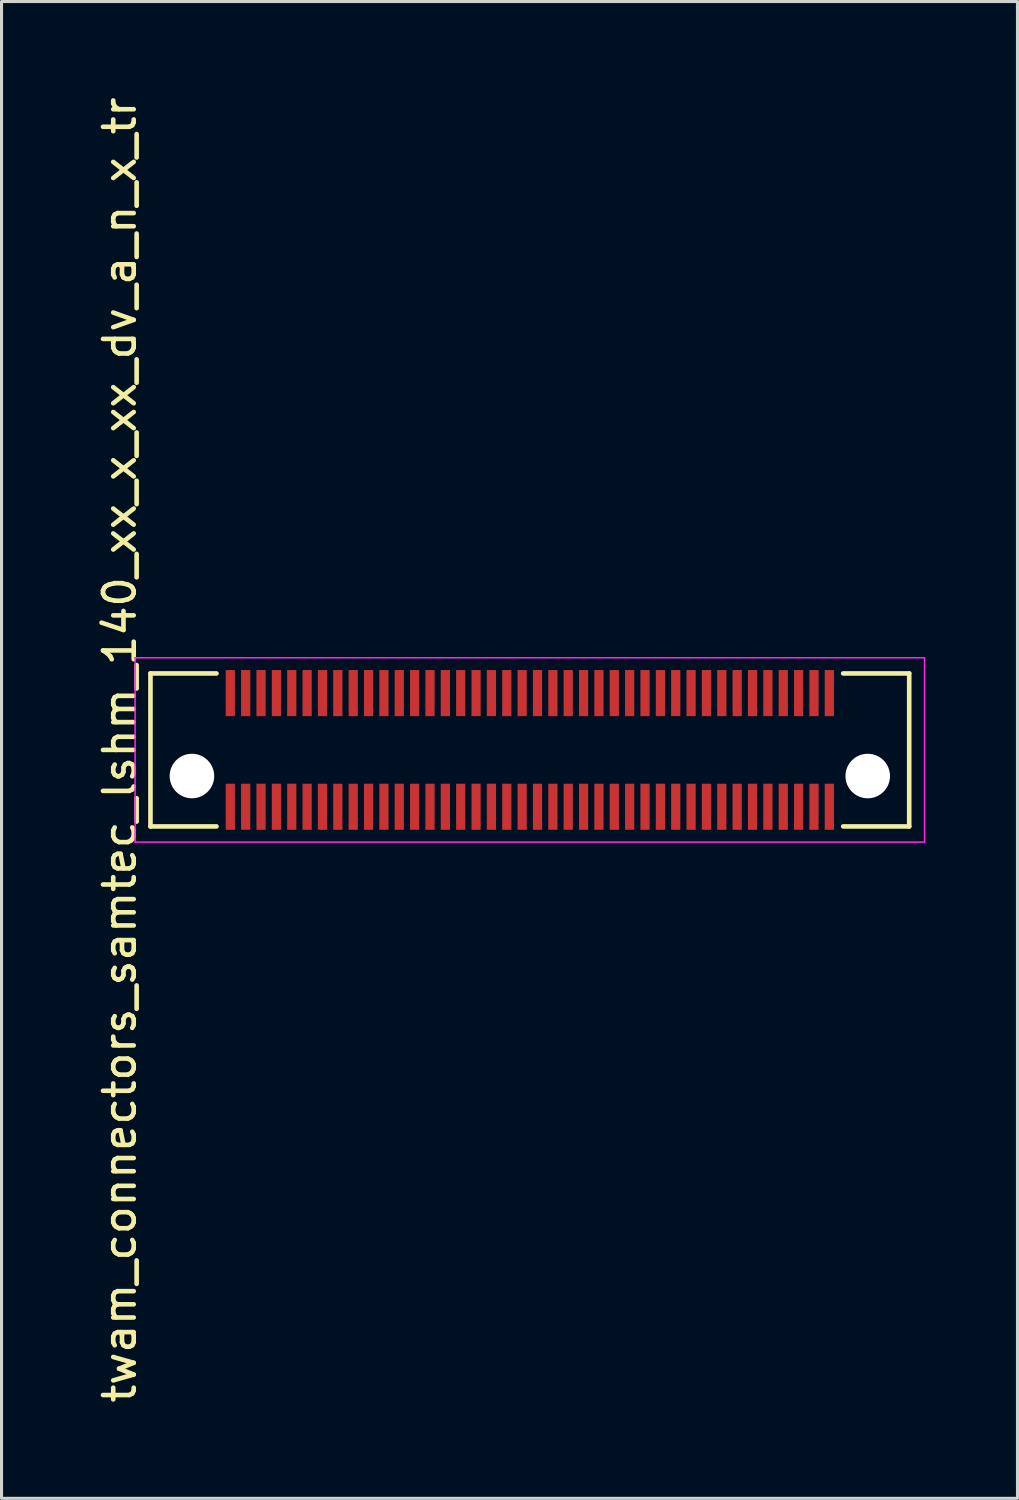
<source format=kicad_pcb>
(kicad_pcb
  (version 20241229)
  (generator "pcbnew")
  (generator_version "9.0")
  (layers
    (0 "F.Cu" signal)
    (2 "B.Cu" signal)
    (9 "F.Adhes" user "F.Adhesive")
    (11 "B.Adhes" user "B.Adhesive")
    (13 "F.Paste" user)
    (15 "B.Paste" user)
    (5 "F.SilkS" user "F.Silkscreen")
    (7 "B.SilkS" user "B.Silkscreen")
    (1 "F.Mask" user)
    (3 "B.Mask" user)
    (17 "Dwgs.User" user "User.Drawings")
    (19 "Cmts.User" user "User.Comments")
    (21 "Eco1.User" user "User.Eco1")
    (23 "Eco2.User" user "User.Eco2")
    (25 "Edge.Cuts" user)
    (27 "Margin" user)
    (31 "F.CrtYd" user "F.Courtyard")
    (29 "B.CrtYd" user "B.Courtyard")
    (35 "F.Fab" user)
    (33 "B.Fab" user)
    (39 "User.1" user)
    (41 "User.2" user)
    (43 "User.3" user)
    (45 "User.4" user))
  (footprint "twam_connectors_samtec_lshm_140_xx_x_xx_dv_a_n_x_tr"
    (layer "F.Cu")
    (at 14.198 21.363)
    (property "Reference" "twam_connectors_samtec_lshm_140_xx_x_xx_dv_a_n_x_tr" (at -13.35 0 270) (layer "F.SilkS") (effects (font (size 1 1) (thickness 0.15))))
    (attr smd)
    (fp_line (start -12.35 -2.49) (end -12.35 2.49) (stroke (width 0.15) (type solid)) (layer "F.SilkS"))
    (fp_line (start -12.35 -2.49) (end -10.2 -2.49) (stroke (width 0.15) (type solid)) (layer "F.SilkS"))
    (fp_line (start -12.35 2.49) (end -10.2 2.49) (stroke (width 0.15) (type solid)) (layer "F.SilkS"))
    (fp_line (start 10.2 -2.49) (end 12.35 -2.49) (stroke (width 0.15) (type solid)) (layer "F.SilkS"))
    (fp_line (start 10.2 2.49) (end 12.35 2.49) (stroke (width 0.15) (type solid)) (layer "F.SilkS"))
    (fp_line (start 12.35 -2.49) (end 12.35 2.49) (stroke (width 0.15) (type solid)) (layer "F.SilkS"))
    (fp_line (start -12.85 -3) (end -12.85 3) (stroke (width 0.05) (type solid)) (layer "F.CrtYd"))
    (fp_line (start -12.85 -3) (end 12.85 -3) (stroke (width 0.05) (type solid)) (layer "F.CrtYd"))
    (fp_line (start -12.85 3) (end 12.85 3) (stroke (width 0.05) (type solid)) (layer "F.CrtYd"))
    (fp_line (start 12.85 -3) (end 12.85 3) (stroke (width 0.05) (type solid)) (layer "F.CrtYd"))
    (pad "" np_thru_hole circle (at -11 0.85) (size 1.45 1.45) (drill 1.45) (layers "*.Cu" "*.Mask"))
    (pad "" np_thru_hole circle (at 11 0.85) (size 1.45 1.45) (drill 1.45) (layers "*.Cu" "*.Mask"))
    (pad "1" smd rect (at 9.75 1.85) (size 0.3 1.5) (layers "F.Cu" "F.Mask" "F.Paste"))
    (pad "2" smd rect (at 9.75 -1.85) (size 0.3 1.5) (layers "F.Cu" "F.Mask" "F.Paste"))
    (pad "3" smd rect (at 9.25 1.85) (size 0.3 1.5) (layers "F.Cu" "F.Mask" "F.Paste"))
    (pad "4" smd rect (at 9.25 -1.85) (size 0.3 1.5) (layers "F.Cu" "F.Mask" "F.Paste"))
    (pad "5" smd rect (at 8.75 1.85) (size 0.3 1.5) (layers "F.Cu" "F.Mask" "F.Paste"))
    (pad "6" smd rect (at 8.75 -1.85) (size 0.3 1.5) (layers "F.Cu" "F.Mask" "F.Paste"))
    (pad "7" smd rect (at 8.25 1.85) (size 0.3 1.5) (layers "F.Cu" "F.Mask" "F.Paste"))
    (pad "8" smd rect (at 8.25 -1.85) (size 0.3 1.5) (layers "F.Cu" "F.Mask" "F.Paste"))
    (pad "9" smd rect (at 7.75 1.85) (size 0.3 1.5) (layers "F.Cu" "F.Mask" "F.Paste"))
    (pad "10" smd rect (at 7.75 -1.85) (size 0.3 1.5) (layers "F.Cu" "F.Mask" "F.Paste"))
    (pad "11" smd rect (at 7.25 1.85) (size 0.3 1.5) (layers "F.Cu" "F.Mask" "F.Paste"))
    (pad "12" smd rect (at 7.25 -1.85) (size 0.3 1.5) (layers "F.Cu" "F.Mask" "F.Paste"))
    (pad "13" smd rect (at 6.75 1.85) (size 0.3 1.5) (layers "F.Cu" "F.Mask" "F.Paste"))
    (pad "14" smd rect (at 6.75 -1.85) (size 0.3 1.5) (layers "F.Cu" "F.Mask" "F.Paste"))
    (pad "15" smd rect (at 6.25 1.85) (size 0.3 1.5) (layers "F.Cu" "F.Mask" "F.Paste"))
    (pad "16" smd rect (at 6.25 -1.85) (size 0.3 1.5) (layers "F.Cu" "F.Mask" "F.Paste"))
    (pad "17" smd rect (at 5.75 1.85) (size 0.3 1.5) (layers "F.Cu" "F.Mask" "F.Paste"))
    (pad "18" smd rect (at 5.75 -1.85) (size 0.3 1.5) (layers "F.Cu" "F.Mask" "F.Paste"))
    (pad "19" smd rect (at 5.25 1.85) (size 0.3 1.5) (layers "F.Cu" "F.Mask" "F.Paste"))
    (pad "20" smd rect (at 5.25 -1.85) (size 0.3 1.5) (layers "F.Cu" "F.Mask" "F.Paste"))
    (pad "21" smd rect (at 4.75 1.85) (size 0.3 1.5) (layers "F.Cu" "F.Mask" "F.Paste"))
    (pad "22" smd rect (at 4.75 -1.85) (size 0.3 1.5) (layers "F.Cu" "F.Mask" "F.Paste"))
    (pad "23" smd rect (at 4.25 1.85) (size 0.3 1.5) (layers "F.Cu" "F.Mask" "F.Paste"))
    (pad "24" smd rect (at 4.25 -1.85) (size 0.3 1.5) (layers "F.Cu" "F.Mask" "F.Paste"))
    (pad "25" smd rect (at 3.75 1.85) (size 0.3 1.5) (layers "F.Cu" "F.Mask" "F.Paste"))
    (pad "26" smd rect (at 3.75 -1.85) (size 0.3 1.5) (layers "F.Cu" "F.Mask" "F.Paste"))
    (pad "27" smd rect (at 3.25 1.85) (size 0.3 1.5) (layers "F.Cu" "F.Mask" "F.Paste"))
    (pad "28" smd rect (at 3.25 -1.85) (size 0.3 1.5) (layers "F.Cu" "F.Mask" "F.Paste"))
    (pad "29" smd rect (at 2.75 1.85) (size 0.3 1.5) (layers "F.Cu" "F.Mask" "F.Paste"))
    (pad "30" smd rect (at 2.75 -1.85) (size 0.3 1.5) (layers "F.Cu" "F.Mask" "F.Paste"))
    (pad "31" smd rect (at 2.25 1.85) (size 0.3 1.5) (layers "F.Cu" "F.Mask" "F.Paste"))
    (pad "32" smd rect (at 2.25 -1.85) (size 0.3 1.5) (layers "F.Cu" "F.Mask" "F.Paste"))
    (pad "33" smd rect (at 1.75 1.85) (size 0.3 1.5) (layers "F.Cu" "F.Mask" "F.Paste"))
    (pad "34" smd rect (at 1.75 -1.85) (size 0.3 1.5) (layers "F.Cu" "F.Mask" "F.Paste"))
    (pad "35" smd rect (at 1.25 1.85) (size 0.3 1.5) (layers "F.Cu" "F.Mask" "F.Paste"))
    (pad "36" smd rect (at 1.25 -1.85) (size 0.3 1.5) (layers "F.Cu" "F.Mask" "F.Paste"))
    (pad "37" smd rect (at 0.75 1.85) (size 0.3 1.5) (layers "F.Cu" "F.Mask" "F.Paste"))
    (pad "38" smd rect (at 0.75 -1.85) (size 0.3 1.5) (layers "F.Cu" "F.Mask" "F.Paste"))
    (pad "39" smd rect (at 0.25 1.85) (size 0.3 1.5) (layers "F.Cu" "F.Mask" "F.Paste"))
    (pad "40" smd rect (at 0.25 -1.85) (size 0.3 1.5) (layers "F.Cu" "F.Mask" "F.Paste"))
    (pad "41" smd rect (at -0.25 1.85) (size 0.3 1.5) (layers "F.Cu" "F.Mask" "F.Paste"))
    (pad "42" smd rect (at -0.25 -1.85) (size 0.3 1.5) (layers "F.Cu" "F.Mask" "F.Paste"))
    (pad "43" smd rect (at -0.75 1.85) (size 0.3 1.5) (layers "F.Cu" "F.Mask" "F.Paste"))
    (pad "44" smd rect (at -0.75 -1.85) (size 0.3 1.5) (layers "F.Cu" "F.Mask" "F.Paste"))
    (pad "45" smd rect (at -1.25 1.85) (size 0.3 1.5) (layers "F.Cu" "F.Mask" "F.Paste"))
    (pad "46" smd rect (at -1.25 -1.85) (size 0.3 1.5) (layers "F.Cu" "F.Mask" "F.Paste"))
    (pad "47" smd rect (at -1.75 1.85) (size 0.3 1.5) (layers "F.Cu" "F.Mask" "F.Paste"))
    (pad "48" smd rect (at -1.75 -1.85) (size 0.3 1.5) (layers "F.Cu" "F.Mask" "F.Paste"))
    (pad "49" smd rect (at -2.25 1.85) (size 0.3 1.5) (layers "F.Cu" "F.Mask" "F.Paste"))
    (pad "50" smd rect (at -2.25 -1.85) (size 0.3 1.5) (layers "F.Cu" "F.Mask" "F.Paste"))
    (pad "51" smd rect (at -2.75 1.85) (size 0.3 1.5) (layers "F.Cu" "F.Mask" "F.Paste"))
    (pad "52" smd rect (at -2.75 -1.85) (size 0.3 1.5) (layers "F.Cu" "F.Mask" "F.Paste"))
    (pad "53" smd rect (at -3.25 1.85) (size 0.3 1.5) (layers "F.Cu" "F.Mask" "F.Paste"))
    (pad "54" smd rect (at -3.25 -1.85) (size 0.3 1.5) (layers "F.Cu" "F.Mask" "F.Paste"))
    (pad "55" smd rect (at -3.75 1.85) (size 0.3 1.5) (layers "F.Cu" "F.Mask" "F.Paste"))
    (pad "56" smd rect (at -3.75 -1.85) (size 0.3 1.5) (layers "F.Cu" "F.Mask" "F.Paste"))
    (pad "57" smd rect (at -4.25 1.85) (size 0.3 1.5) (layers "F.Cu" "F.Mask" "F.Paste"))
    (pad "58" smd rect (at -4.25 -1.85) (size 0.3 1.5) (layers "F.Cu" "F.Mask" "F.Paste"))
    (pad "59" smd rect (at -4.75 1.85) (size 0.3 1.5) (layers "F.Cu" "F.Mask" "F.Paste"))
    (pad "60" smd rect (at -4.75 -1.85) (size 0.3 1.5) (layers "F.Cu" "F.Mask" "F.Paste"))
    (pad "61" smd rect (at -5.25 1.85) (size 0.3 1.5) (layers "F.Cu" "F.Mask" "F.Paste"))
    (pad "62" smd rect (at -5.25 -1.85) (size 0.3 1.5) (layers "F.Cu" "F.Mask" "F.Paste"))
    (pad "63" smd rect (at -5.75 1.85) (size 0.3 1.5) (layers "F.Cu" "F.Mask" "F.Paste"))
    (pad "64" smd rect (at -5.75 -1.85) (size 0.3 1.5) (layers "F.Cu" "F.Mask" "F.Paste"))
    (pad "65" smd rect (at -6.25 1.85) (size 0.3 1.5) (layers "F.Cu" "F.Mask" "F.Paste"))
    (pad "66" smd rect (at -6.25 -1.85) (size 0.3 1.5) (layers "F.Cu" "F.Mask" "F.Paste"))
    (pad "67" smd rect (at -6.75 1.85) (size 0.3 1.5) (layers "F.Cu" "F.Mask" "F.Paste"))
    (pad "68" smd rect (at -6.75 -1.85) (size 0.3 1.5) (layers "F.Cu" "F.Mask" "F.Paste"))
    (pad "69" smd rect (at -7.25 1.85) (size 0.3 1.5) (layers "F.Cu" "F.Mask" "F.Paste"))
    (pad "70" smd rect (at -7.25 -1.85) (size 0.3 1.5) (layers "F.Cu" "F.Mask" "F.Paste"))
    (pad "71" smd rect (at -7.75 1.85) (size 0.3 1.5) (layers "F.Cu" "F.Mask" "F.Paste"))
    (pad "72" smd rect (at -7.75 -1.85) (size 0.3 1.5) (layers "F.Cu" "F.Mask" "F.Paste"))
    (pad "73" smd rect (at -8.25 1.85) (size 0.3 1.5) (layers "F.Cu" "F.Mask" "F.Paste"))
    (pad "74" smd rect (at -8.25 -1.85) (size 0.3 1.5) (layers "F.Cu" "F.Mask" "F.Paste"))
    (pad "75" smd rect (at -8.75 1.85) (size 0.3 1.5) (layers "F.Cu" "F.Mask" "F.Paste"))
    (pad "76" smd rect (at -8.75 -1.85) (size 0.3 1.5) (layers "F.Cu" "F.Mask" "F.Paste"))
    (pad "77" smd rect (at -9.25 1.85) (size 0.3 1.5) (layers "F.Cu" "F.Mask" "F.Paste"))
    (pad "78" smd rect (at -9.25 -1.85) (size 0.3 1.5) (layers "F.Cu" "F.Mask" "F.Paste"))
    (pad "79" smd rect (at -9.75 1.85) (size 0.3 1.5) (layers "F.Cu" "F.Mask" "F.Paste"))
    (pad "80" smd rect (at -9.75 -1.85) (size 0.3 1.5) (layers "F.Cu" "F.Mask" "F.Paste")))
  (gr_rect
    (start -3 -3)
    (end 30.073 45.726)
    (stroke (width 0.1) (type default))
    (fill no)
    (layer "Edge.Cuts")))
</source>
